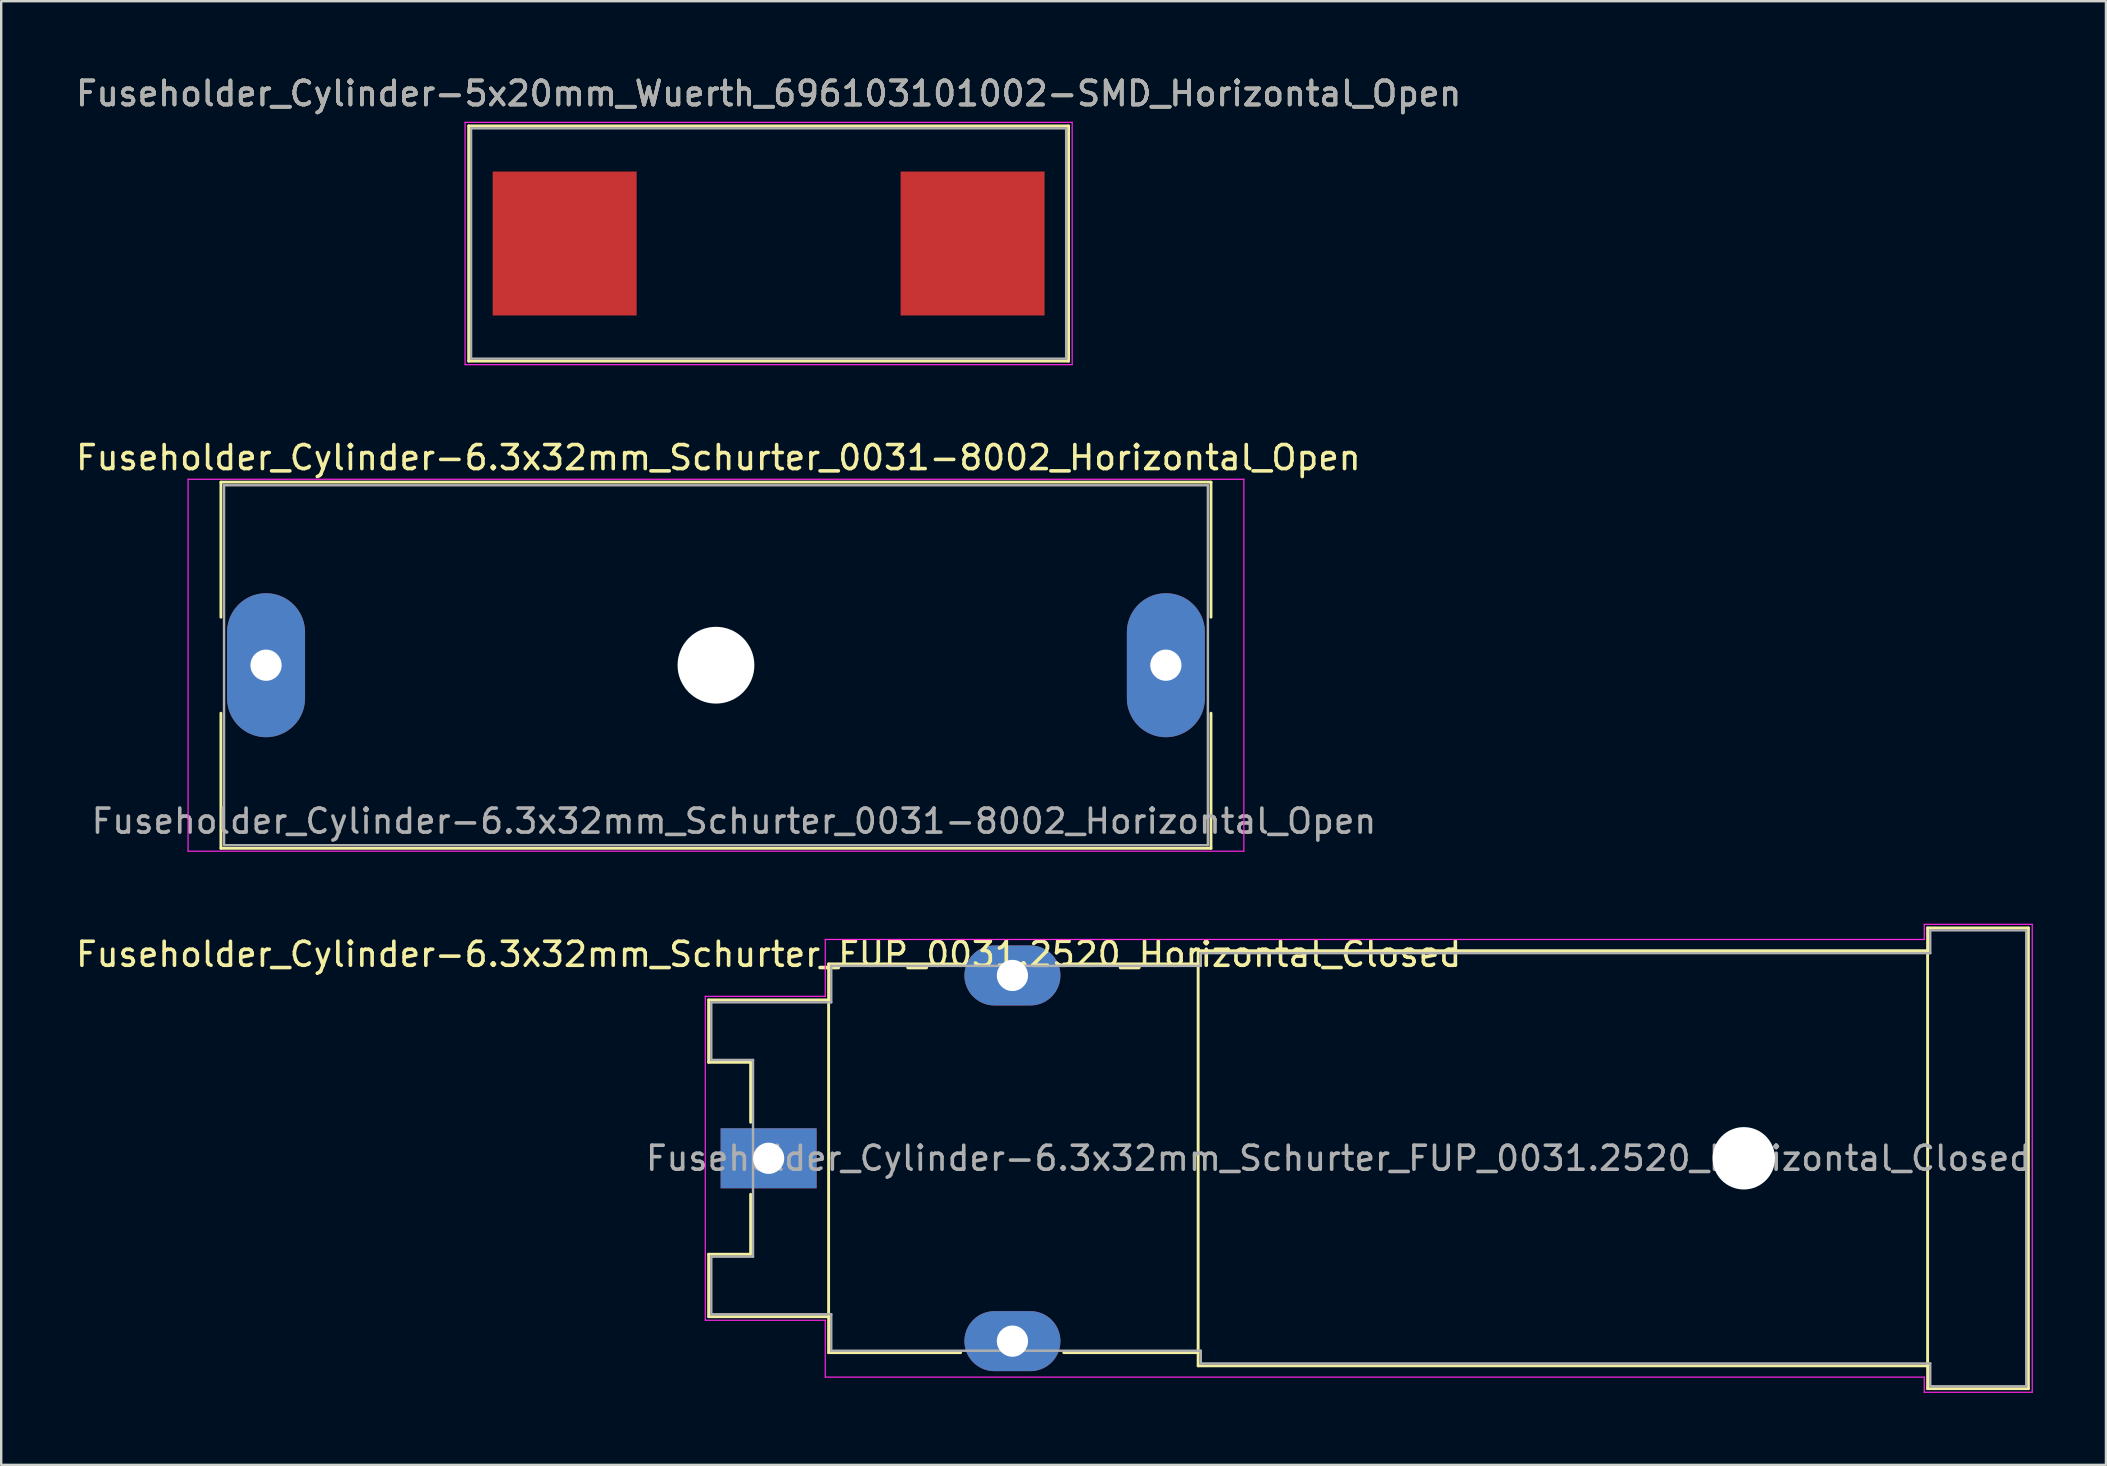
<source format=kicad_pcb>
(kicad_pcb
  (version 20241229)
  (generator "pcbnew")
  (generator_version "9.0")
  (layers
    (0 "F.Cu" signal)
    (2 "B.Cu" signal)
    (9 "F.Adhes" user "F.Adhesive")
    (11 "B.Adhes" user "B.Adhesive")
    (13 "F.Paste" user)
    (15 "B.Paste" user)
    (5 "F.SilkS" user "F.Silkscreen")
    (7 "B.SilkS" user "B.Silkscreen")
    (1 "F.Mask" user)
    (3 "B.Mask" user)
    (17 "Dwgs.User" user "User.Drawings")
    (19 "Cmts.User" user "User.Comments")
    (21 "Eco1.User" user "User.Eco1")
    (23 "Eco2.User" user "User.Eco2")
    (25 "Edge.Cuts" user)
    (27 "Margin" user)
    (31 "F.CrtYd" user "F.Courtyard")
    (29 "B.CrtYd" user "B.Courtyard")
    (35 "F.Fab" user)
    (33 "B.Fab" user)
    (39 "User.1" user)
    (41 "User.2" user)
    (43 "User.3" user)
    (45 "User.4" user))
  (footprint "Fuseholder_Cylinder-6.3x32mm_Schurter_FUP_0031.2520_Horizontal_Closed"
    (layer "F.Cu")
    (at 28.982 45.221)
    (property "Reference" "Fuseholder_Cylinder-6.3x32mm_Schurter_FUP_0031.2520_Horizontal_Closed" (at 0 -8.5 0) (layer "F.SilkS") (effects (font (size 1 1) (thickness 0.15))))
    (attr through_hole)
    (fp_line (start -2.5 -6.6) (end 2.5 -6.6) (stroke (width 0.12) (type solid)) (layer "F.SilkS"))
    (fp_line (start -2.5 -4) (end -2.5 -6.6) (stroke (width 0.12) (type solid)) (layer "F.SilkS"))
    (fp_line (start -2.5 4) (end -0.75 4) (stroke (width 0.12) (type solid)) (layer "F.SilkS"))
    (fp_line (start -2.5 6.6) (end -2.5 4) (stroke (width 0.12) (type solid)) (layer "F.SilkS"))
    (fp_line (start -2.5 6.6) (end 2.5 6.6) (stroke (width 0.12) (type solid)) (layer "F.SilkS"))
    (fp_line (start -0.75 -4) (end -2.5 -4) (stroke (width 0.12) (type solid)) (layer "F.SilkS"))
    (fp_line (start -0.75 -1.5) (end -0.75 -4) (stroke (width 0.12) (type solid)) (layer "F.SilkS"))
    (fp_line (start -0.75 4) (end -0.75 1.5) (stroke (width 0.12) (type solid)) (layer "F.SilkS"))
    (fp_line (start 2.5 -8.1) (end 8 -8.1) (stroke (width 0.12) (type solid)) (layer "F.SilkS"))
    (fp_line (start 2.5 8.1) (end 2.5 -8.1) (stroke (width 0.12) (type solid)) (layer "F.SilkS"))
    (fp_line (start 2.5 8.1) (end 8 8.1) (stroke (width 0.12) (type solid)) (layer "F.SilkS"))
    (fp_line (start 12.3 -8.1) (end 17.9 -8.1) (stroke (width 0.12) (type solid)) (layer "F.SilkS"))
    (fp_line (start 12.3 8.1) (end 17.9 8.1) (stroke (width 0.12) (type solid)) (layer "F.SilkS"))
    (fp_line (start 17.9 -8.65) (end 48.3 -8.65) (stroke (width 0.12) (type solid)) (layer "F.SilkS"))
    (fp_line (start 17.9 8.65) (end 17.9 -8.65) (stroke (width 0.12) (type solid)) (layer "F.SilkS"))
    (fp_line (start 17.9 8.65) (end 48.3 8.65) (stroke (width 0.12) (type solid)) (layer "F.SilkS"))
    (fp_line (start 48.3 -9.6) (end 52.5 -9.6) (stroke (width 0.12) (type solid)) (layer "F.SilkS"))
    (fp_line (start 48.3 9.6) (end 48.3 -9.6) (stroke (width 0.12) (type solid)) (layer "F.SilkS"))
    (fp_line (start 48.3 9.6) (end 52.5 9.6) (stroke (width 0.12) (type solid)) (layer "F.SilkS"))
    (fp_line (start 52.5 -9.6) (end 52.5 9.6) (stroke (width 0.12) (type solid)) (layer "F.SilkS"))
    (fp_line (start -2.64 -6.75) (end 2.36 -6.75) (stroke (width 0.05) (type solid)) (layer "F.CrtYd"))
    (fp_line (start -2.64 6.75) (end -2.64 -6.75) (stroke (width 0.05) (type solid)) (layer "F.CrtYd"))
    (fp_line (start -2.64 6.75) (end 2.36 6.75) (stroke (width 0.05) (type solid)) (layer "F.CrtYd"))
    (fp_line (start 2.36 -9.12) (end 2.36 -6.75) (stroke (width 0.05) (type solid)) (layer "F.CrtYd"))
    (fp_line (start 2.36 -9.12) (end 48.16 -9.12) (stroke (width 0.05) (type solid)) (layer "F.CrtYd"))
    (fp_line (start 2.36 6.75) (end 2.36 9.12) (stroke (width 0.05) (type solid)) (layer "F.CrtYd"))
    (fp_line (start 48.16 -9.75) (end 48.16 -9.12) (stroke (width 0.05) (type solid)) (layer "F.CrtYd"))
    (fp_line (start 48.16 -9.75) (end 52.66 -9.75) (stroke (width 0.05) (type solid)) (layer "F.CrtYd"))
    (fp_line (start 48.16 9.12) (end 2.36 9.12) (stroke (width 0.05) (type solid)) (layer "F.CrtYd"))
    (fp_line (start 48.16 9.12) (end 48.16 9.75) (stroke (width 0.05) (type solid)) (layer "F.CrtYd"))
    (fp_line (start 48.16 9.75) (end 52.66 9.75) (stroke (width 0.05) (type solid)) (layer "F.CrtYd"))
    (fp_line (start 52.66 -9.75) (end 52.66 9.75) (stroke (width 0.05) (type solid)) (layer "F.CrtYd"))
    (fp_line (start -2.39 -4.1) (end -2.39 -6.5) (stroke (width 0.1) (type solid)) (layer "F.Fab"))
    (fp_line (start -2.39 -4.1) (end -0.65 -4.1) (stroke (width 0.1) (type solid)) (layer "F.Fab"))
    (fp_line (start -2.39 4.1) (end -2.39 6.5) (stroke (width 0.1) (type solid)) (layer "F.Fab"))
    (fp_line (start -2.39 6.5) (end 2.61 6.5) (stroke (width 0.1) (type solid)) (layer "F.Fab"))
    (fp_line (start -0.65 -4.1) (end -0.65 4.1) (stroke (width 0.1) (type solid)) (layer "F.Fab"))
    (fp_line (start -0.65 4.1) (end -2.39 4.1) (stroke (width 0.1) (type solid)) (layer "F.Fab"))
    (fp_line (start 2.61 -8.02) (end 2.61 -6.5) (stroke (width 0.1) (type solid)) (layer "F.Fab"))
    (fp_line (start 2.61 -6.5) (end -2.39 -6.5) (stroke (width 0.1) (type solid)) (layer "F.Fab"))
    (fp_line (start 2.61 6.5) (end 2.61 8.02) (stroke (width 0.1) (type solid)) (layer "F.Fab"))
    (fp_line (start 2.61 8.02) (end 18.01 8.02) (stroke (width 0.1) (type solid)) (layer "F.Fab"))
    (fp_line (start 18.01 -8.55) (end 18.01 -8.02) (stroke (width 0.1) (type solid)) (layer "F.Fab"))
    (fp_line (start 18.01 -8.02) (end 2.61 -8.02) (stroke (width 0.1) (type solid)) (layer "F.Fab"))
    (fp_line (start 18.01 8.02) (end 18.01 8.55) (stroke (width 0.1) (type solid)) (layer "F.Fab"))
    (fp_line (start 18.01 8.55) (end 48.41 8.55) (stroke (width 0.1) (type solid)) (layer "F.Fab"))
    (fp_line (start 48.41 -9.5) (end 48.41 -8.55) (stroke (width 0.1) (type solid)) (layer "F.Fab"))
    (fp_line (start 48.41 -8.55) (end 18.01 -8.55) (stroke (width 0.1) (type solid)) (layer "F.Fab"))
    (fp_line (start 48.41 8.55) (end 48.41 9.5) (stroke (width 0.1) (type solid)) (layer "F.Fab"))
    (fp_line (start 48.41 9.5) (end 52.41 9.5) (stroke (width 0.1) (type solid)) (layer "F.Fab"))
    (fp_line (start 52.41 -9.5) (end 48.41 -9.5) (stroke (width 0.1) (type solid)) (layer "F.Fab"))
    (fp_line (start 52.41 -9.5) (end 52.41 9.5) (stroke (width 0.1) (type solid)) (layer "F.Fab"))
    (fp_text user "${REFERENCE}" (at 23.75 0 0) (layer "F.Fab") (effects (font (size 1 1) (thickness 0.15))))
    (pad "" np_thru_hole circle (at 40.64 0) (size 2.6 2.6) (drill 2.6) (layers "*.Cu" "*.Mask"))
    (pad "1" thru_hole rect (at 0 0) (size 4 2.5) (drill 1.3) (layers "*.Cu" "*.Mask"))
    (pad "2" thru_hole oval (at 10.16 -7.62) (size 4 2.5) (drill 1.3) (layers "*.Cu" "*.Mask"))
    (pad "2" thru_hole oval (at 10.16 7.62) (size 4 2.5) (drill 1.3) (layers "*.Cu" "*.Mask")))
  (footprint "Fuseholder_Cylinder-6.3x32mm_Schurter_0031-8002_Horizontal_Open"
    (layer "F.Cu")
    (at 8.037 24.672)
    (property "Reference" "Fuseholder_Cylinder-6.3x32mm_Schurter_0031-8002_Horizontal_Open" (at 18.85 -8.65 0) (layer "F.SilkS") (effects (font (size 1 1) (thickness 0.15))))
    (attr through_hole)
    (fp_line (start -1.88 -7.63) (end -1.88 -2) (stroke (width 0.12) (type solid)) (layer "F.SilkS"))
    (fp_line (start -1.88 -7.63) (end 39.38 -7.63) (stroke (width 0.12) (type solid)) (layer "F.SilkS"))
    (fp_line (start -1.88 2) (end -1.88 7.63) (stroke (width 0.12) (type solid)) (layer "F.SilkS"))
    (fp_line (start 39.38 -7.63) (end 39.38 -2) (stroke (width 0.12) (type solid)) (layer "F.SilkS"))
    (fp_line (start 39.38 2) (end 39.38 7.63) (stroke (width 0.12) (type solid)) (layer "F.SilkS"))
    (fp_line (start 39.38 7.63) (end -1.88 7.63) (stroke (width 0.12) (type solid)) (layer "F.SilkS"))
    (fp_line (start -3.25 -7.75) (end -3.25 7.75) (stroke (width 0.05) (type solid)) (layer "F.CrtYd"))
    (fp_line (start -3.25 -7.75) (end 40.75 -7.75) (stroke (width 0.05) (type solid)) (layer "F.CrtYd"))
    (fp_line (start 40.75 7.75) (end -3.25 7.75) (stroke (width 0.05) (type solid)) (layer "F.CrtYd"))
    (fp_line (start 40.75 7.75) (end 40.75 -7.75) (stroke (width 0.05) (type solid)) (layer "F.CrtYd"))
    (fp_line (start -1.75 -7.5) (end -1.75 7.5) (stroke (width 0.1) (type solid)) (layer "F.Fab"))
    (fp_line (start -1.75 7.5) (end 39.25 7.5) (stroke (width 0.1) (type solid)) (layer "F.Fab"))
    (fp_line (start 39.25 -7.5) (end -1.75 -7.5) (stroke (width 0.1) (type solid)) (layer "F.Fab"))
    (fp_line (start 39.25 7.5) (end 39.25 -7.5) (stroke (width 0.1) (type solid)) (layer "F.Fab"))
    (fp_text user "${REFERENCE}" (at 19.5 6.5 0) (layer "F.Fab") (effects (font (size 1 1) (thickness 0.15))))
    (pad "" np_thru_hole circle (at 18.75 0) (size 3.2 3.2) (drill 3.2) (layers "*.Cu" "*.Mask"))
    (pad "1" thru_hole oval (at 0 0) (size 3.25 6) (drill 1.3) (layers "*.Cu" "*.Mask"))
    (pad "2" thru_hole oval (at 37.5 0) (size 3.25 6) (drill 1.3) (layers "*.Cu" "*.Mask")))
  (footprint "Fuseholder_Cylinder-5x20mm_Wuerth_696103101002-SMD_Horizontal_Open"
    (layer "F.Cu")
    (at 28.982 7.098)
    (property "Reference" "Fuseholder_Cylinder-5x20mm_Wuerth_696103101002-SMD_Horizontal_Open" (at 0 -6.25 0) (layer "F.SilkS") (effects (font (size 1 1) (thickness 0.15))))
    (attr smd)
    (fp_line (start -12.5 -4.9) (end 12.5 -4.9) (stroke (width 0.12) (type solid)) (layer "F.SilkS"))
    (fp_line (start -12.5 4.9) (end -12.5 -4.9) (stroke (width 0.12) (type solid)) (layer "F.SilkS"))
    (fp_line (start 12.5 -4.9) (end 12.5 4.9) (stroke (width 0.12) (type solid)) (layer "F.SilkS"))
    (fp_line (start 12.5 4.9) (end -12.5 4.9) (stroke (width 0.12) (type solid)) (layer "F.SilkS"))
    (fp_line (start -12.65 -5.05) (end 12.65 -5.05) (stroke (width 0.05) (type solid)) (layer "F.CrtYd"))
    (fp_line (start -12.65 5.05) (end -12.65 -5.05) (stroke (width 0.05) (type solid)) (layer "F.CrtYd"))
    (fp_line (start 12.65 -5.05) (end 12.65 5.05) (stroke (width 0.05) (type solid)) (layer "F.CrtYd"))
    (fp_line (start 12.65 5.05) (end -12.65 5.05) (stroke (width 0.05) (type solid)) (layer "F.CrtYd"))
    (fp_line (start -12.4 -4.8) (end -12.4 4.8) (stroke (width 0.1) (type solid)) (layer "F.Fab"))
    (fp_line (start -12.4 -4.8) (end 12.4 -4.8) (stroke (width 0.1) (type solid)) (layer "F.Fab"))
    (fp_line (start 12.4 -4.8) (end 12.4 4.8) (stroke (width 0.1) (type solid)) (layer "F.Fab"))
    (fp_line (start 12.4 4.8) (end -12.4 4.8) (stroke (width 0.1) (type solid)) (layer "F.Fab"))
    (fp_text user "${REFERENCE}" (at 0 -6.25 0) (layer "F.Fab") (effects (font (size 1 1) (thickness 0.15))))
    (fp_text user "${REFERENCE}" (at 0 -6.25 0) (layer "F.Fab") (effects (font (size 1 1) (thickness 0.15))))
    (pad "1" smd rect (at -8.5 0) (size 6 6) (layers "F.Cu" "F.Mask" "F.Paste"))
    (pad "2" smd rect (at 8.5 0) (size 6 6) (layers "F.Cu" "F.Mask" "F.Paste")))
  (gr_rect
    (start -3 -3)
    (end 84.714 57.996)
    (stroke (width 0.1) (type default))
    (fill no)
    (layer "Edge.Cuts")))
</source>
